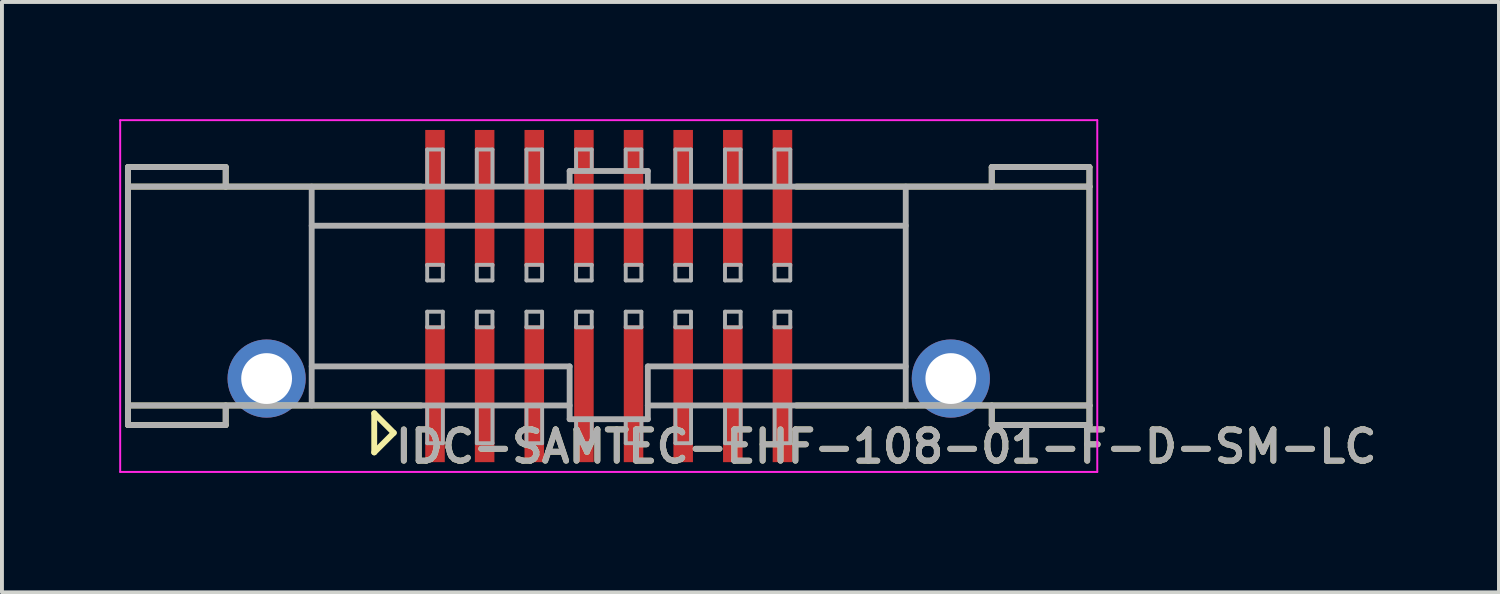
<source format=kicad_pcb>
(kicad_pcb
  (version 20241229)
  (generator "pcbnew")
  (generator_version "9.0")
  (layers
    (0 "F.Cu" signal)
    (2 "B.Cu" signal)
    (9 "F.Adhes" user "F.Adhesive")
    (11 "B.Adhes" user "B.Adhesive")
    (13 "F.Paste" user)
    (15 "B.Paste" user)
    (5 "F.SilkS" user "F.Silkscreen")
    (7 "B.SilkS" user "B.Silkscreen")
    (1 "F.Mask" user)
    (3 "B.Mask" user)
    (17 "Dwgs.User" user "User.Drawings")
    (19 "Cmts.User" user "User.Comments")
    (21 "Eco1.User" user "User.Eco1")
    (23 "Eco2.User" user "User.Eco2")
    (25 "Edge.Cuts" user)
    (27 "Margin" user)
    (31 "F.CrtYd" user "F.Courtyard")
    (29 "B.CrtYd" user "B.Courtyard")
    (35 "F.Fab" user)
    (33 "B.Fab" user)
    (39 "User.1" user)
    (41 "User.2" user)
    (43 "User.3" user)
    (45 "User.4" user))
  (footprint "IDC-SAMTEC-EHF-108-01-F-D-SM-LC"
    (layer "F.Cu")
    (at 12.525 4.525)
    (property "Reference" "IDC-SAMTEC-EHF-108-01-F-D-SM-LC" (at 7.1 3.85 0) (layer "F.SilkS") (effects (font (size 0.8 0.8) (thickness 0.15))))
    (attr through_hole)
    (fp_line (start -12.3 -3.3) (end -9.8 -3.3) (stroke (width 0.15) (type solid)) (layer "F.SilkS"))
    (fp_line (start -12.3 -2.8) (end -12.3 -3.3) (stroke (width 0.15) (type solid)) (layer "F.SilkS"))
    (fp_line (start -12.3 2.8) (end -12.3 -2.8) (stroke (width 0.15) (type solid)) (layer "F.SilkS"))
    (fp_line (start -12.3 2.8) (end -12.3 3.3) (stroke (width 0.15) (type solid)) (layer "F.SilkS"))
    (fp_line (start -12.3 2.8) (end -4.8 2.8) (stroke (width 0.15) (type solid)) (layer "F.SilkS"))
    (fp_line (start -12.3 3.3) (end -9.8 3.3) (stroke (width 0.15) (type solid)) (layer "F.SilkS"))
    (fp_line (start -9.8 -3.3) (end -9.8 -2.8) (stroke (width 0.15) (type solid)) (layer "F.SilkS"))
    (fp_line (start -9.8 3.3) (end -9.8 2.8) (stroke (width 0.15) (type solid)) (layer "F.SilkS"))
    (fp_line (start -6 3) (end -6 4) (stroke (width 0.15) (type solid)) (layer "F.SilkS"))
    (fp_line (start -6 4) (end -5.5 3.5) (stroke (width 0.15) (type solid)) (layer "F.SilkS"))
    (fp_line (start -5.5 3.5) (end -6 3) (stroke (width 0.15) (type solid)) (layer "F.SilkS"))
    (fp_line (start -4.8 -2.8) (end -12.3 -2.8) (stroke (width 0.15) (type solid)) (layer "F.SilkS"))
    (fp_line (start 4.8 2.8) (end 12.3 2.8) (stroke (width 0.15) (type solid)) (layer "F.SilkS"))
    (fp_line (start 9.8 -3.3) (end 9.8 -2.8) (stroke (width 0.15) (type solid)) (layer "F.SilkS"))
    (fp_line (start 9.8 3.3) (end 9.8 2.8) (stroke (width 0.15) (type solid)) (layer "F.SilkS"))
    (fp_line (start 12.3 -3.3) (end 9.8 -3.3) (stroke (width 0.15) (type solid)) (layer "F.SilkS"))
    (fp_line (start 12.3 -2.8) (end 4.8 -2.8) (stroke (width 0.15) (type solid)) (layer "F.SilkS"))
    (fp_line (start 12.3 -2.8) (end 12.3 -3.3) (stroke (width 0.15) (type solid)) (layer "F.SilkS"))
    (fp_line (start 12.3 -2.8) (end 12.3 2.8) (stroke (width 0.15) (type solid)) (layer "F.SilkS"))
    (fp_line (start 12.3 2.8) (end 12.3 3.3) (stroke (width 0.15) (type solid)) (layer "F.SilkS"))
    (fp_line (start 12.3 3.3) (end 9.8 3.3) (stroke (width 0.15) (type solid)) (layer "F.SilkS"))
    (fp_line (start -12.5 -4.5) (end 12.5 -4.5) (stroke (width 0.05) (type solid)) (layer "F.CrtYd"))
    (fp_line (start -12.5 4.5) (end -12.5 -4.5) (stroke (width 0.05) (type solid)) (layer "F.CrtYd"))
    (fp_line (start 12.5 -4.5) (end 12.5 4.5) (stroke (width 0.05) (type solid)) (layer "F.CrtYd"))
    (fp_line (start 12.5 4.5) (end -12.5 4.5) (stroke (width 0.05) (type solid)) (layer "F.CrtYd"))
    (fp_line (start -12.3 -3.3) (end -12.3 -2.8) (stroke (width 0.15) (type solid)) (layer "F.Fab"))
    (fp_line (start -12.3 -2.8) (end 12.3 -2.8) (stroke (width 0.15) (type solid)) (layer "F.Fab"))
    (fp_line (start -12.3 2.8) (end -12.3 -2.8) (stroke (width 0.15) (type solid)) (layer "F.Fab"))
    (fp_line (start -12.3 2.8) (end -12.3 3.3) (stroke (width 0.15) (type solid)) (layer "F.Fab"))
    (fp_line (start -12.3 2.8) (end -1 2.8) (stroke (width 0.15) (type solid)) (layer "F.Fab"))
    (fp_line (start -12.3 3.3) (end -9.8 3.3) (stroke (width 0.15) (type solid)) (layer "F.Fab"))
    (fp_line (start -9.8 -3.3) (end -12.3 -3.3) (stroke (width 0.15) (type solid)) (layer "F.Fab"))
    (fp_line (start -9.8 -2.8) (end -9.8 -3.3) (stroke (width 0.15) (type solid)) (layer "F.Fab"))
    (fp_line (start -9.8 3.3) (end -9.8 2.8) (stroke (width 0.15) (type solid)) (layer "F.Fab"))
    (fp_line (start -7.6 -2.8) (end -7.6 2.8) (stroke (width 0.15) (type solid)) (layer "F.Fab"))
    (fp_line (start -7.6 -1.8) (end 7.6 -1.8) (stroke (width 0.15) (type solid)) (layer "F.Fab"))
    (fp_line (start -7.6 1.8) (end -1 1.8) (stroke (width 0.15) (type solid)) (layer "F.Fab"))
    (fp_line (start -4.645 -3.75) (end -4.245 -3.75) (stroke (width 0.1) (type solid)) (layer "F.Fab"))
    (fp_line (start -4.645 -2.8) (end -4.645 -3.75) (stroke (width 0.1) (type solid)) (layer "F.Fab"))
    (fp_line (start -4.645 -0.8) (end -4.245 -0.8) (stroke (width 0.1) (type solid)) (layer "F.Fab"))
    (fp_line (start -4.645 -0.4) (end -4.645 -0.8) (stroke (width 0.1) (type solid)) (layer "F.Fab"))
    (fp_line (start -4.645 0.4) (end -4.245 0.4) (stroke (width 0.1) (type solid)) (layer "F.Fab"))
    (fp_line (start -4.645 0.8) (end -4.645 0.4) (stroke (width 0.1) (type solid)) (layer "F.Fab"))
    (fp_line (start -4.644 3.765) (end -4.644 2.815) (stroke (width 0.1) (type solid)) (layer "F.Fab"))
    (fp_line (start -4.245 -3.75) (end -4.245 -2.8) (stroke (width 0.1) (type solid)) (layer "F.Fab"))
    (fp_line (start -4.245 -0.8) (end -4.245 -0.4) (stroke (width 0.1) (type solid)) (layer "F.Fab"))
    (fp_line (start -4.245 -0.4) (end -4.645 -0.4) (stroke (width 0.1) (type solid)) (layer "F.Fab"))
    (fp_line (start -4.245 0.4) (end -4.245 0.8) (stroke (width 0.1) (type solid)) (layer "F.Fab"))
    (fp_line (start -4.245 0.8) (end -4.645 0.8) (stroke (width 0.1) (type solid)) (layer "F.Fab"))
    (fp_line (start -4.244 2.815) (end -4.244 3.765) (stroke (width 0.1) (type solid)) (layer "F.Fab"))
    (fp_line (start -4.244 3.765) (end -4.644 3.765) (stroke (width 0.1) (type solid)) (layer "F.Fab"))
    (fp_line (start -3.375 -3.75) (end -2.975 -3.75) (stroke (width 0.1) (type solid)) (layer "F.Fab"))
    (fp_line (start -3.375 -2.8) (end -3.375 -3.75) (stroke (width 0.1) (type solid)) (layer "F.Fab"))
    (fp_line (start -3.375 -0.8) (end -2.975 -0.8) (stroke (width 0.1) (type solid)) (layer "F.Fab"))
    (fp_line (start -3.375 -0.4) (end -3.375 -0.8) (stroke (width 0.1) (type solid)) (layer "F.Fab"))
    (fp_line (start -3.375 0.4) (end -2.975 0.4) (stroke (width 0.1) (type solid)) (layer "F.Fab"))
    (fp_line (start -3.375 0.8) (end -3.375 0.4) (stroke (width 0.1) (type solid)) (layer "F.Fab"))
    (fp_line (start -3.374 3.765) (end -3.374 2.815) (stroke (width 0.1) (type solid)) (layer "F.Fab"))
    (fp_line (start -2.975 -3.75) (end -2.975 -2.8) (stroke (width 0.1) (type solid)) (layer "F.Fab"))
    (fp_line (start -2.975 -0.8) (end -2.975 -0.4) (stroke (width 0.1) (type solid)) (layer "F.Fab"))
    (fp_line (start -2.975 -0.4) (end -3.375 -0.4) (stroke (width 0.1) (type solid)) (layer "F.Fab"))
    (fp_line (start -2.975 0.4) (end -2.975 0.8) (stroke (width 0.1) (type solid)) (layer "F.Fab"))
    (fp_line (start -2.975 0.8) (end -3.375 0.8) (stroke (width 0.1) (type solid)) (layer "F.Fab"))
    (fp_line (start -2.974 2.815) (end -2.974 3.765) (stroke (width 0.1) (type solid)) (layer "F.Fab"))
    (fp_line (start -2.974 3.765) (end -3.374 3.765) (stroke (width 0.1) (type solid)) (layer "F.Fab"))
    (fp_line (start -2.105 -3.75) (end -1.705 -3.75) (stroke (width 0.1) (type solid)) (layer "F.Fab"))
    (fp_line (start -2.105 -2.8) (end -2.105 -3.75) (stroke (width 0.1) (type solid)) (layer "F.Fab"))
    (fp_line (start -2.105 -0.8) (end -1.705 -0.8) (stroke (width 0.1) (type solid)) (layer "F.Fab"))
    (fp_line (start -2.105 -0.4) (end -2.105 -0.8) (stroke (width 0.1) (type solid)) (layer "F.Fab"))
    (fp_line (start -2.105 0.4) (end -1.705 0.4) (stroke (width 0.1) (type solid)) (layer "F.Fab"))
    (fp_line (start -2.105 0.8) (end -2.105 0.4) (stroke (width 0.1) (type solid)) (layer "F.Fab"))
    (fp_line (start -2.104 3.765) (end -2.104 2.815) (stroke (width 0.1) (type solid)) (layer "F.Fab"))
    (fp_line (start -1.705 -3.75) (end -1.705 -2.8) (stroke (width 0.1) (type solid)) (layer "F.Fab"))
    (fp_line (start -1.705 -0.8) (end -1.705 -0.4) (stroke (width 0.1) (type solid)) (layer "F.Fab"))
    (fp_line (start -1.705 -0.4) (end -2.105 -0.4) (stroke (width 0.1) (type solid)) (layer "F.Fab"))
    (fp_line (start -1.705 0.4) (end -1.705 0.8) (stroke (width 0.1) (type solid)) (layer "F.Fab"))
    (fp_line (start -1.705 0.8) (end -2.105 0.8) (stroke (width 0.1) (type solid)) (layer "F.Fab"))
    (fp_line (start -1.704 2.815) (end -1.704 3.765) (stroke (width 0.1) (type solid)) (layer "F.Fab"))
    (fp_line (start -1.704 3.765) (end -2.104 3.765) (stroke (width 0.1) (type solid)) (layer "F.Fab"))
    (fp_line (start -1 -3.2) (end 1 -3.2) (stroke (width 0.15) (type solid)) (layer "F.Fab"))
    (fp_line (start -1 -2.8) (end -1 -3.2) (stroke (width 0.15) (type solid)) (layer "F.Fab"))
    (fp_line (start -1 1.8) (end -1 3.15) (stroke (width 0.15) (type solid)) (layer "F.Fab"))
    (fp_line (start -1 3.15) (end 1 3.15) (stroke (width 0.15) (type solid)) (layer "F.Fab"))
    (fp_line (start -0.835 -3.75) (end -0.435 -3.75) (stroke (width 0.1) (type solid)) (layer "F.Fab"))
    (fp_line (start -0.835 -3.2) (end -0.835 -3.75) (stroke (width 0.1) (type solid)) (layer "F.Fab"))
    (fp_line (start -0.835 -0.8) (end -0.435 -0.8) (stroke (width 0.1) (type solid)) (layer "F.Fab"))
    (fp_line (start -0.835 -0.4) (end -0.835 -0.8) (stroke (width 0.1) (type solid)) (layer "F.Fab"))
    (fp_line (start -0.835 0.4) (end -0.435 0.4) (stroke (width 0.1) (type solid)) (layer "F.Fab"))
    (fp_line (start -0.835 0.8) (end -0.835 0.4) (stroke (width 0.1) (type solid)) (layer "F.Fab"))
    (fp_line (start -0.834 3.765) (end -0.834 3.15) (stroke (width 0.1) (type solid)) (layer "F.Fab"))
    (fp_line (start -0.435 -3.75) (end -0.435 -3.2) (stroke (width 0.1) (type solid)) (layer "F.Fab"))
    (fp_line (start -0.435 -0.8) (end -0.435 -0.4) (stroke (width 0.1) (type solid)) (layer "F.Fab"))
    (fp_line (start -0.435 -0.4) (end -0.835 -0.4) (stroke (width 0.1) (type solid)) (layer "F.Fab"))
    (fp_line (start -0.435 0.4) (end -0.435 0.8) (stroke (width 0.1) (type solid)) (layer "F.Fab"))
    (fp_line (start -0.435 0.8) (end -0.835 0.8) (stroke (width 0.1) (type solid)) (layer "F.Fab"))
    (fp_line (start -0.434 3.15) (end -0.434 3.765) (stroke (width 0.1) (type solid)) (layer "F.Fab"))
    (fp_line (start -0.434 3.765) (end -0.834 3.765) (stroke (width 0.1) (type solid)) (layer "F.Fab"))
    (fp_line (start 0.435 -3.75) (end 0.835 -3.75) (stroke (width 0.1) (type solid)) (layer "F.Fab"))
    (fp_line (start 0.435 -3.2) (end 0.435 -3.75) (stroke (width 0.1) (type solid)) (layer "F.Fab"))
    (fp_line (start 0.435 -0.8) (end 0.835 -0.8) (stroke (width 0.1) (type solid)) (layer "F.Fab"))
    (fp_line (start 0.435 -0.4) (end 0.435 -0.8) (stroke (width 0.1) (type solid)) (layer "F.Fab"))
    (fp_line (start 0.435 0.4) (end 0.835 0.4) (stroke (width 0.1) (type solid)) (layer "F.Fab"))
    (fp_line (start 0.435 0.8) (end 0.435 0.4) (stroke (width 0.1) (type solid)) (layer "F.Fab"))
    (fp_line (start 0.436 3.765) (end 0.436 3.15) (stroke (width 0.1) (type solid)) (layer "F.Fab"))
    (fp_line (start 0.835 -3.75) (end 0.835 -3.2) (stroke (width 0.1) (type solid)) (layer "F.Fab"))
    (fp_line (start 0.835 -0.8) (end 0.835 -0.4) (stroke (width 0.1) (type solid)) (layer "F.Fab"))
    (fp_line (start 0.835 -0.4) (end 0.435 -0.4) (stroke (width 0.1) (type solid)) (layer "F.Fab"))
    (fp_line (start 0.835 0.4) (end 0.835 0.8) (stroke (width 0.1) (type solid)) (layer "F.Fab"))
    (fp_line (start 0.835 0.8) (end 0.435 0.8) (stroke (width 0.1) (type solid)) (layer "F.Fab"))
    (fp_line (start 0.836 3.15) (end 0.836 3.765) (stroke (width 0.1) (type solid)) (layer "F.Fab"))
    (fp_line (start 0.836 3.765) (end 0.436 3.765) (stroke (width 0.1) (type solid)) (layer "F.Fab"))
    (fp_line (start 1 -3.2) (end 1 -2.8) (stroke (width 0.15) (type solid)) (layer "F.Fab"))
    (fp_line (start 1 1.8) (end 7.6 1.8) (stroke (width 0.15) (type solid)) (layer "F.Fab"))
    (fp_line (start 1 2.8) (end 12.3 2.8) (stroke (width 0.15) (type solid)) (layer "F.Fab"))
    (fp_line (start 1 3.15) (end 1 1.8) (stroke (width 0.15) (type solid)) (layer "F.Fab"))
    (fp_line (start 1.705 -3.75) (end 2.105 -3.75) (stroke (width 0.1) (type solid)) (layer "F.Fab"))
    (fp_line (start 1.705 -2.8) (end 1.705 -3.75) (stroke (width 0.1) (type solid)) (layer "F.Fab"))
    (fp_line (start 1.705 -0.8) (end 2.105 -0.8) (stroke (width 0.1) (type solid)) (layer "F.Fab"))
    (fp_line (start 1.705 -0.4) (end 1.705 -0.8) (stroke (width 0.1) (type solid)) (layer "F.Fab"))
    (fp_line (start 1.705 0.4) (end 2.105 0.4) (stroke (width 0.1) (type solid)) (layer "F.Fab"))
    (fp_line (start 1.705 0.8) (end 1.705 0.4) (stroke (width 0.1) (type solid)) (layer "F.Fab"))
    (fp_line (start 1.706 3.765) (end 1.706 2.815) (stroke (width 0.1) (type solid)) (layer "F.Fab"))
    (fp_line (start 2.105 -3.75) (end 2.105 -2.8) (stroke (width 0.1) (type solid)) (layer "F.Fab"))
    (fp_line (start 2.105 -0.8) (end 2.105 -0.4) (stroke (width 0.1) (type solid)) (layer "F.Fab"))
    (fp_line (start 2.105 -0.4) (end 1.705 -0.4) (stroke (width 0.1) (type solid)) (layer "F.Fab"))
    (fp_line (start 2.105 0.4) (end 2.105 0.8) (stroke (width 0.1) (type solid)) (layer "F.Fab"))
    (fp_line (start 2.105 0.8) (end 1.705 0.8) (stroke (width 0.1) (type solid)) (layer "F.Fab"))
    (fp_line (start 2.106 2.815) (end 2.106 3.765) (stroke (width 0.1) (type solid)) (layer "F.Fab"))
    (fp_line (start 2.106 3.765) (end 1.706 3.765) (stroke (width 0.1) (type solid)) (layer "F.Fab"))
    (fp_line (start 2.975 -3.75) (end 3.375 -3.75) (stroke (width 0.1) (type solid)) (layer "F.Fab"))
    (fp_line (start 2.975 -2.8) (end 2.975 -3.75) (stroke (width 0.1) (type solid)) (layer "F.Fab"))
    (fp_line (start 2.975 -0.8) (end 3.375 -0.8) (stroke (width 0.1) (type solid)) (layer "F.Fab"))
    (fp_line (start 2.975 -0.4) (end 2.975 -0.8) (stroke (width 0.1) (type solid)) (layer "F.Fab"))
    (fp_line (start 2.975 0.4) (end 3.375 0.4) (stroke (width 0.1) (type solid)) (layer "F.Fab"))
    (fp_line (start 2.975 0.8) (end 2.975 0.4) (stroke (width 0.1) (type solid)) (layer "F.Fab"))
    (fp_line (start 2.976 3.765) (end 2.976 2.815) (stroke (width 0.1) (type solid)) (layer "F.Fab"))
    (fp_line (start 3.375 -3.75) (end 3.375 -2.8) (stroke (width 0.1) (type solid)) (layer "F.Fab"))
    (fp_line (start 3.375 -0.8) (end 3.375 -0.4) (stroke (width 0.1) (type solid)) (layer "F.Fab"))
    (fp_line (start 3.375 -0.4) (end 2.975 -0.4) (stroke (width 0.1) (type solid)) (layer "F.Fab"))
    (fp_line (start 3.375 0.4) (end 3.375 0.8) (stroke (width 0.1) (type solid)) (layer "F.Fab"))
    (fp_line (start 3.375 0.8) (end 2.975 0.8) (stroke (width 0.1) (type solid)) (layer "F.Fab"))
    (fp_line (start 3.376 2.815) (end 3.376 3.765) (stroke (width 0.1) (type solid)) (layer "F.Fab"))
    (fp_line (start 3.376 3.765) (end 2.976 3.765) (stroke (width 0.1) (type solid)) (layer "F.Fab"))
    (fp_line (start 4.245 -3.75) (end 4.645 -3.75) (stroke (width 0.1) (type solid)) (layer "F.Fab"))
    (fp_line (start 4.245 -2.8) (end 4.245 -3.75) (stroke (width 0.1) (type solid)) (layer "F.Fab"))
    (fp_line (start 4.245 -0.8) (end 4.645 -0.8) (stroke (width 0.1) (type solid)) (layer "F.Fab"))
    (fp_line (start 4.245 -0.4) (end 4.245 -0.8) (stroke (width 0.1) (type solid)) (layer "F.Fab"))
    (fp_line (start 4.245 0.4) (end 4.645 0.4) (stroke (width 0.1) (type solid)) (layer "F.Fab"))
    (fp_line (start 4.245 0.8) (end 4.245 0.4) (stroke (width 0.1) (type solid)) (layer "F.Fab"))
    (fp_line (start 4.246 3.765) (end 4.246 2.815) (stroke (width 0.1) (type solid)) (layer "F.Fab"))
    (fp_line (start 4.645 -3.75) (end 4.645 -2.8) (stroke (width 0.1) (type solid)) (layer "F.Fab"))
    (fp_line (start 4.645 -0.8) (end 4.645 -0.4) (stroke (width 0.1) (type solid)) (layer "F.Fab"))
    (fp_line (start 4.645 -0.4) (end 4.245 -0.4) (stroke (width 0.1) (type solid)) (layer "F.Fab"))
    (fp_line (start 4.645 0.4) (end 4.645 0.8) (stroke (width 0.1) (type solid)) (layer "F.Fab"))
    (fp_line (start 4.645 0.8) (end 4.245 0.8) (stroke (width 0.1) (type solid)) (layer "F.Fab"))
    (fp_line (start 4.646 2.815) (end 4.646 3.765) (stroke (width 0.1) (type solid)) (layer "F.Fab"))
    (fp_line (start 4.646 3.765) (end 4.246 3.765) (stroke (width 0.1) (type solid)) (layer "F.Fab"))
    (fp_line (start 7.6 -2.8) (end 7.6 2.8) (stroke (width 0.15) (type solid)) (layer "F.Fab"))
    (fp_line (start 9.8 -3.3) (end 12.3 -3.3) (stroke (width 0.15) (type solid)) (layer "F.Fab"))
    (fp_line (start 9.8 -2.8) (end 9.8 -3.3) (stroke (width 0.15) (type solid)) (layer "F.Fab"))
    (fp_line (start 9.8 2.8) (end 9.8 3.3) (stroke (width 0.15) (type solid)) (layer "F.Fab"))
    (fp_line (start 9.8 3.3) (end 12.3 3.3) (stroke (width 0.15) (type solid)) (layer "F.Fab"))
    (fp_line (start 12.3 -3.3) (end 12.3 -2.8) (stroke (width 0.15) (type solid)) (layer "F.Fab"))
    (fp_line (start 12.3 -2.8) (end 12.3 2.8) (stroke (width 0.15) (type solid)) (layer "F.Fab"))
    (fp_line (start 12.3 3.3) (end 12.3 2.8) (stroke (width 0.15) (type solid)) (layer "F.Fab"))
    (fp_text user "${REFERENCE}" (at 7.1 3.85 0) (layer "F.Fab") (effects (font (size 0.8 0.8) (thickness 0.15))))
    (pad "" thru_hole circle (at -8.753 2.111) (size 2 2) (drill 1.3) (layers "*.Cu" "*.Mask"))
    (pad "" thru_hole circle (at 8.753 2.111) (size 2 2) (drill 1.3) (layers "*.Cu" "*.Mask"))
    (pad "1" smd rect (at -4.445 2.5) (size 0.5 3.5) (layers "F.Cu" "F.Mask" "F.Paste"))
    (pad "2" smd rect (at -4.445 -2.5) (size 0.5 3.5) (layers "F.Cu" "F.Mask" "F.Paste"))
    (pad "3" smd rect (at -3.175 2.5) (size 0.5 3.5) (layers "F.Cu" "F.Mask" "F.Paste"))
    (pad "4" smd rect (at -3.175 -2.5) (size 0.5 3.5) (layers "F.Cu" "F.Mask" "F.Paste"))
    (pad "5" smd rect (at -1.905 2.5) (size 0.5 3.5) (layers "F.Cu" "F.Mask" "F.Paste"))
    (pad "6" smd rect (at -1.905 -2.5) (size 0.5 3.5) (layers "F.Cu" "F.Mask" "F.Paste"))
    (pad "7" smd rect (at -0.635 2.5) (size 0.5 3.5) (layers "F.Cu" "F.Mask" "F.Paste"))
    (pad "8" smd rect (at -0.635 -2.5) (size 0.5 3.5) (layers "F.Cu" "F.Mask" "F.Paste"))
    (pad "9" smd rect (at 0.635 2.5) (size 0.5 3.5) (layers "F.Cu" "F.Mask" "F.Paste"))
    (pad "10" smd rect (at 0.635 -2.5) (size 0.5 3.5) (layers "F.Cu" "F.Mask" "F.Paste"))
    (pad "11" smd rect (at 1.905 2.5) (size 0.5 3.5) (layers "F.Cu" "F.Mask" "F.Paste"))
    (pad "12" smd rect (at 1.905 -2.5) (size 0.5 3.5) (layers "F.Cu" "F.Mask" "F.Paste"))
    (pad "13" smd rect (at 3.175 2.5) (size 0.5 3.5) (layers "F.Cu" "F.Mask" "F.Paste"))
    (pad "14" smd rect (at 3.175 -2.5) (size 0.5 3.5) (layers "F.Cu" "F.Mask" "F.Paste"))
    (pad "15" smd rect (at 4.445 2.5) (size 0.5 3.5) (layers "F.Cu" "F.Mask" "F.Paste"))
    (pad "16" smd rect (at 4.445 -2.5) (size 0.5 3.5) (layers "F.Cu" "F.Mask" "F.Paste")))
  (gr_rect
    (start -3 -3)
    (end 35.303 12.106)
    (stroke (width 0.1) (type default))
    (fill no)
    (layer "Edge.Cuts")))
</source>
